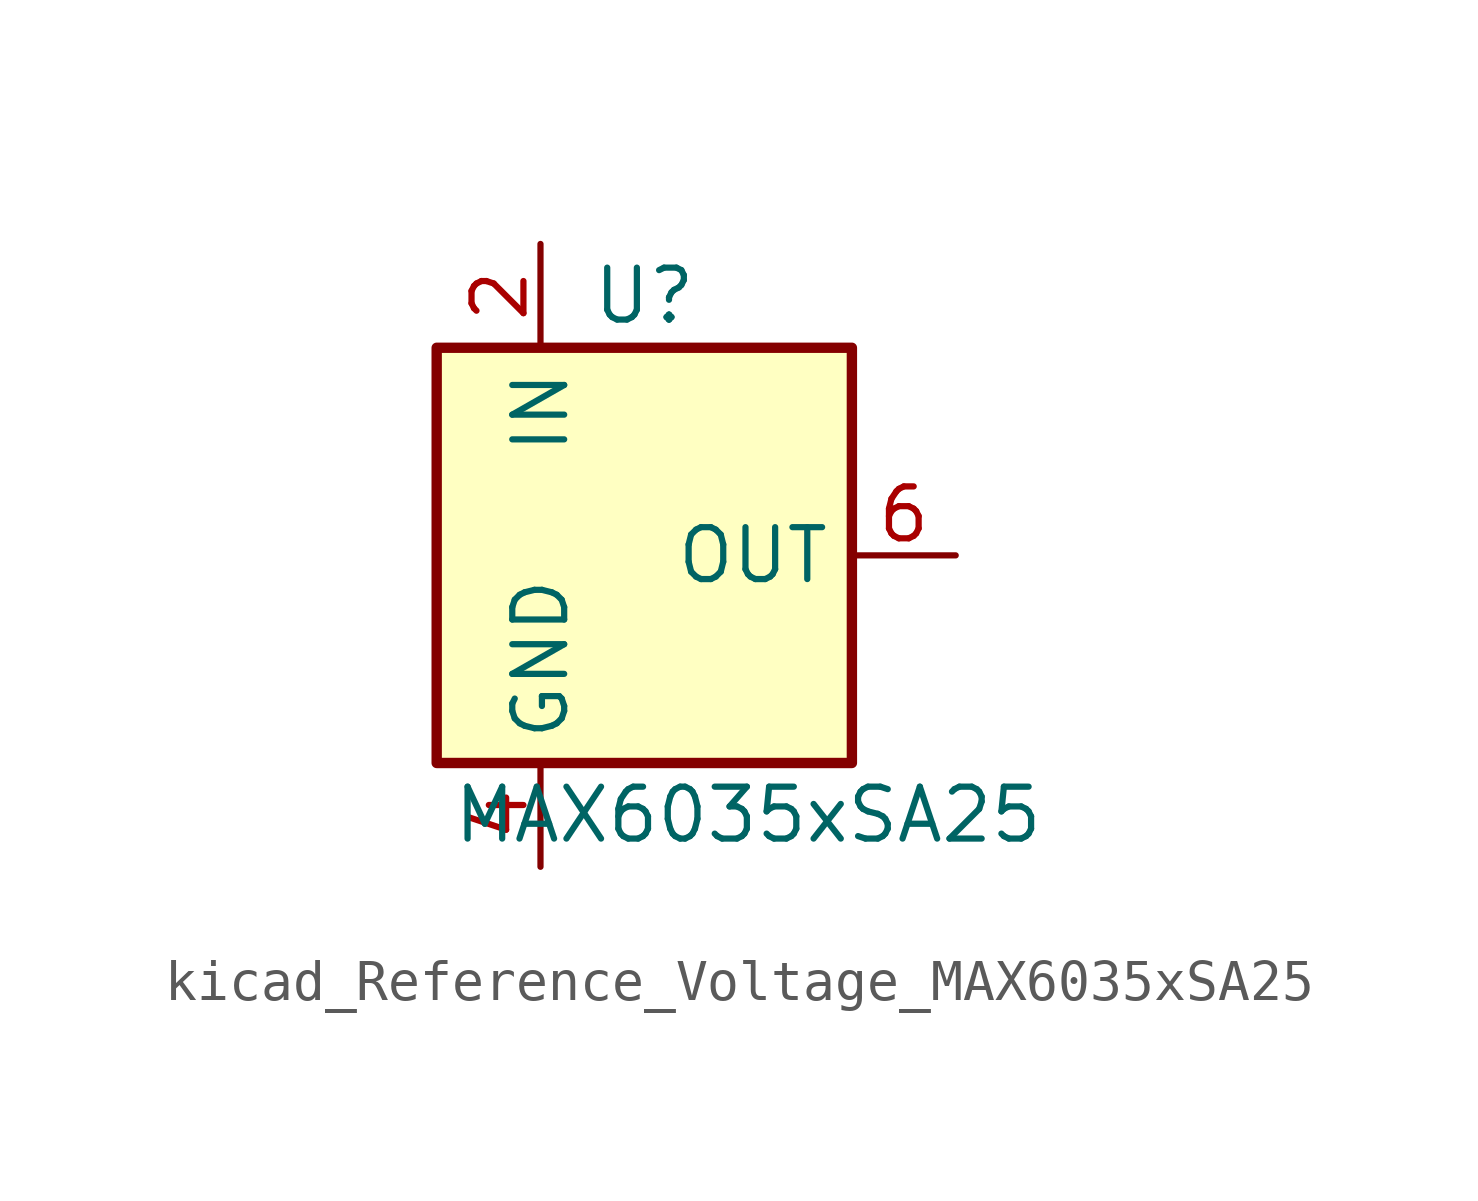
<source format=kicad_sym>
(kicad_symbol_lib
  (version 20220914)
  (generator kicad_symbol_editor)
  (symbol "kicad_Reference_Voltage_MAX6035xSA25"
    (property "Reference" "U"
      (at 0 6.35 0)
      (effects (font (size 1.27 1.27))))
    (property "Value" "MAX6035xSA25"
      (at 2.54 -6.35 0)
      (effects (font (size 1.27 1.27))))
    (symbol "kicad_Reference_Voltage_MAX6035xSA25_0_0"
      (pin no_connect line (at -5.08 0 0) (length 2.54) hide (name "NC" (effects (font (size 1.27 1.27)))) (number "3" (effects (font (size 1.27 1.27)))))
      (pin no_connect line (at 5.08 2.54 180) (length 2.54) hide (name "NC" (effects (font (size 1.27 1.27)))) (number "7" (effects (font (size 1.27 1.27)))))
      (pin no_connect line (at 5.08 -2.54 180) (length 2.54) hide (name "NC" (effects (font (size 1.27 1.27)))) (number "8" (effects (font (size 1.27 1.27))))))
    (symbol "kicad_Reference_Voltage_MAX6035xSA25_0_1"
      (rectangle (start -5.08 5.08) (end 5.08 -5.08) (stroke (width 0.254) (type default)) (fill (type background))))
    (symbol "kicad_Reference_Voltage_MAX6035xSA25_1_1"
      (pin no_connect line (at -5.08 2.54 0) (length 2.54) hide (name "NC" (effects (font (size 1.27 1.27)))) (number "1" (effects (font (size 1.27 1.27)))))
      (pin power_in line (at -2.54 7.62 270) (length 2.54) (name "IN" (effects (font (size 1.27 1.27)))) (number "2" (effects (font (size 1.27 1.27)))))
      (pin power_in line (at -2.54 -7.62 90) (length 2.54) (name "GND" (effects (font (size 1.27 1.27)))) (number "4" (effects (font (size 1.27 1.27)))))
      (pin no_connect line (at -5.08 -2.54 0) (length 2.54) hide (name "NC" (effects (font (size 1.27 1.27)))) (number "5" (effects (font (size 1.27 1.27)))))
      (pin power_out line (at 7.62 0 180) (length 2.54) (name "OUT" (effects (font (size 1.27 1.27)))) (number "6" (effects (font (size 1.27 1.27))))))))
</source>
